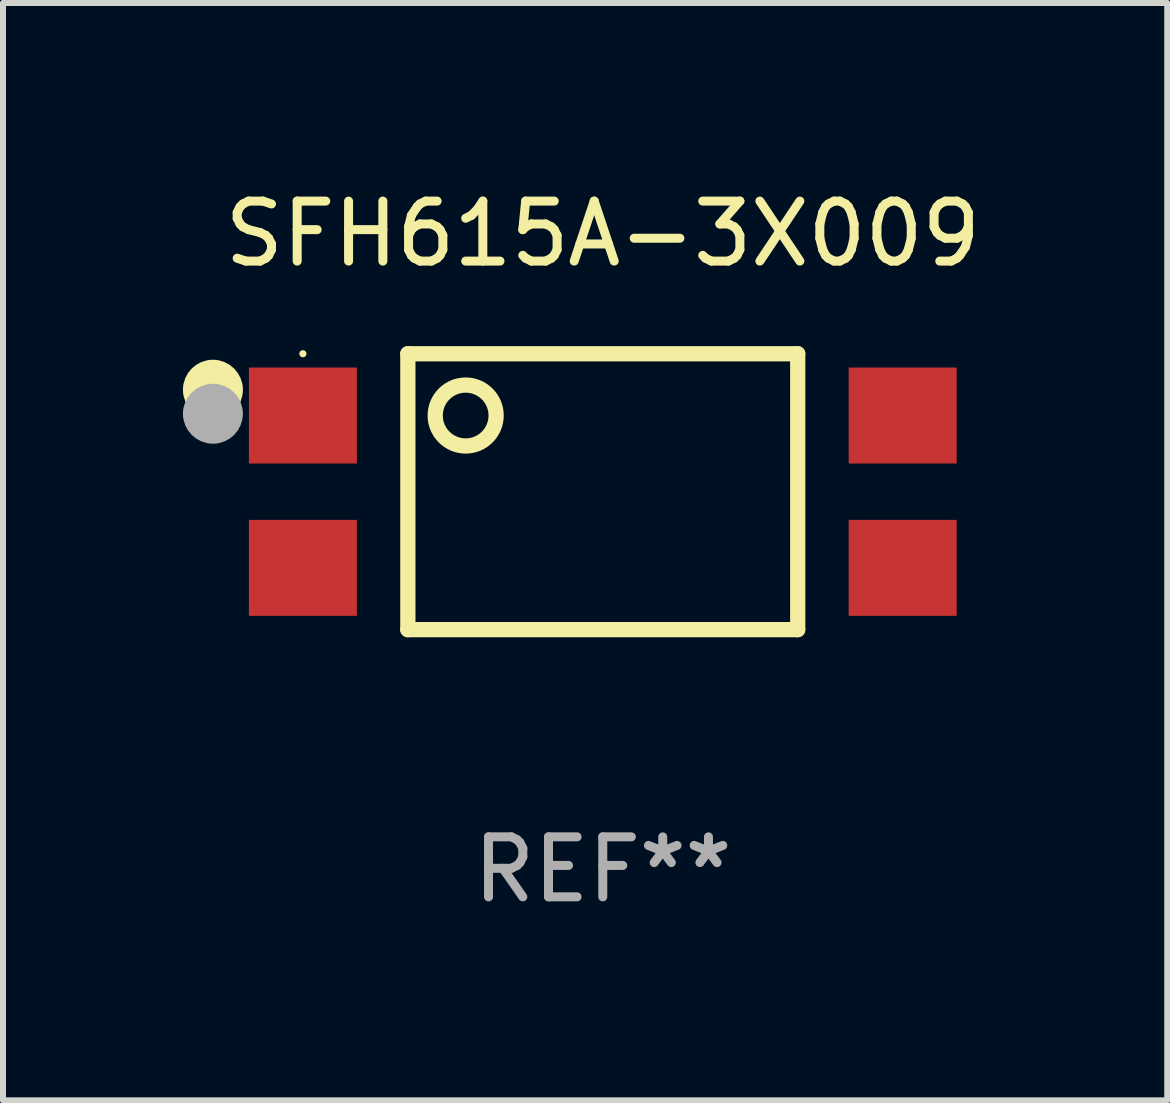
<source format=kicad_pcb>
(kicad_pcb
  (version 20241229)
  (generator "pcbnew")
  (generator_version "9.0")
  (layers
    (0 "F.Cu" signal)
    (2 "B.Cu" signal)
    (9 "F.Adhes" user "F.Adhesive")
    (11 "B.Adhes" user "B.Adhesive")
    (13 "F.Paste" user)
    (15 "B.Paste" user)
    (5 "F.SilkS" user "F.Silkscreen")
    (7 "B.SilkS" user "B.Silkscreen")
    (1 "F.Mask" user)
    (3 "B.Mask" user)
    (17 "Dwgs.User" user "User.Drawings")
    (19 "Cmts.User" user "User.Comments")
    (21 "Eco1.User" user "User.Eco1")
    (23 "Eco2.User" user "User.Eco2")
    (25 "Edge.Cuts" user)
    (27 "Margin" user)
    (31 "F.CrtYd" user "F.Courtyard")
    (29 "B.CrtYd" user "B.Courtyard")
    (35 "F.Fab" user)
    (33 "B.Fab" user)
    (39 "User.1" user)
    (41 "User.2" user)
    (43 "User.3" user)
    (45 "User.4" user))
  (footprint "SFH615A-3X009"
    (layer "F.Cu")
    (at 7 5.148)
    (property "Reference" "SFH615A-3X009" (at 0 -4.3 0) (layer "F.SilkS") (effects (font (size 1 1) (thickness 0.15))))
    (attr through_hole)
    (fp_line (start -3.25 -2.3) (end 3.25 -2.3) (stroke (width 0.254) (type solid)) (layer "F.SilkS"))
    (fp_line (start -3.25 2.3) (end -3.25 -2.3) (stroke (width 0.254) (type solid)) (layer "F.SilkS"))
    (fp_line (start 3.25 -2.3) (end 3.25 2.3) (stroke (width 0.254) (type solid)) (layer "F.SilkS"))
    (fp_line (start 3.25 2.3) (end -3.25 2.3) (stroke (width 0.254) (type solid)) (layer "F.SilkS"))
    (fp_circle (center -6.5 -1.7) (end -6.25 -1.7) (stroke (width 0.5) (type solid)) (fill no) (layer "F.SilkS"))
    (fp_circle (center -5 -2.3) (end -4.97 -2.3) (stroke (width 0.06) (type solid)) (fill no) (layer "F.SilkS"))
    (fp_circle (center -2.286 -1.27) (end -1.778 -1.27) (stroke (width 0.254) (type solid)) (fill no) (layer "F.SilkS"))
    (fp_circle (center -6.5 -1.3) (end -6.25 -1.3) (stroke (width 0.5) (type solid)) (fill no) (layer "F.Fab"))
    (fp_text user "REF**" (at 0 6.3 0) (layer "F.Fab") (effects (font (size 1 1) (thickness 0.15))))
    (pad "1" smd rect (at -5 -1.27) (size 1.8 1.6) (layers "F.Cu" "F.Mask" "F.Paste"))
    (pad "2" smd rect (at -5 1.27) (size 1.8 1.6) (layers "F.Cu" "F.Mask" "F.Paste"))
    (pad "3" smd rect (at 5 1.27) (size 1.8 1.6) (layers "F.Cu" "F.Mask" "F.Paste"))
    (pad "4" smd rect (at 5 -1.27) (size 1.8 1.6) (layers "F.Cu" "F.Mask" "F.Paste")))
  (gr_rect
    (start -3 -3)
    (end 16.411 15.296)
    (stroke (width 0.1) (type default))
    (fill no)
    (layer "Edge.Cuts")))
</source>
